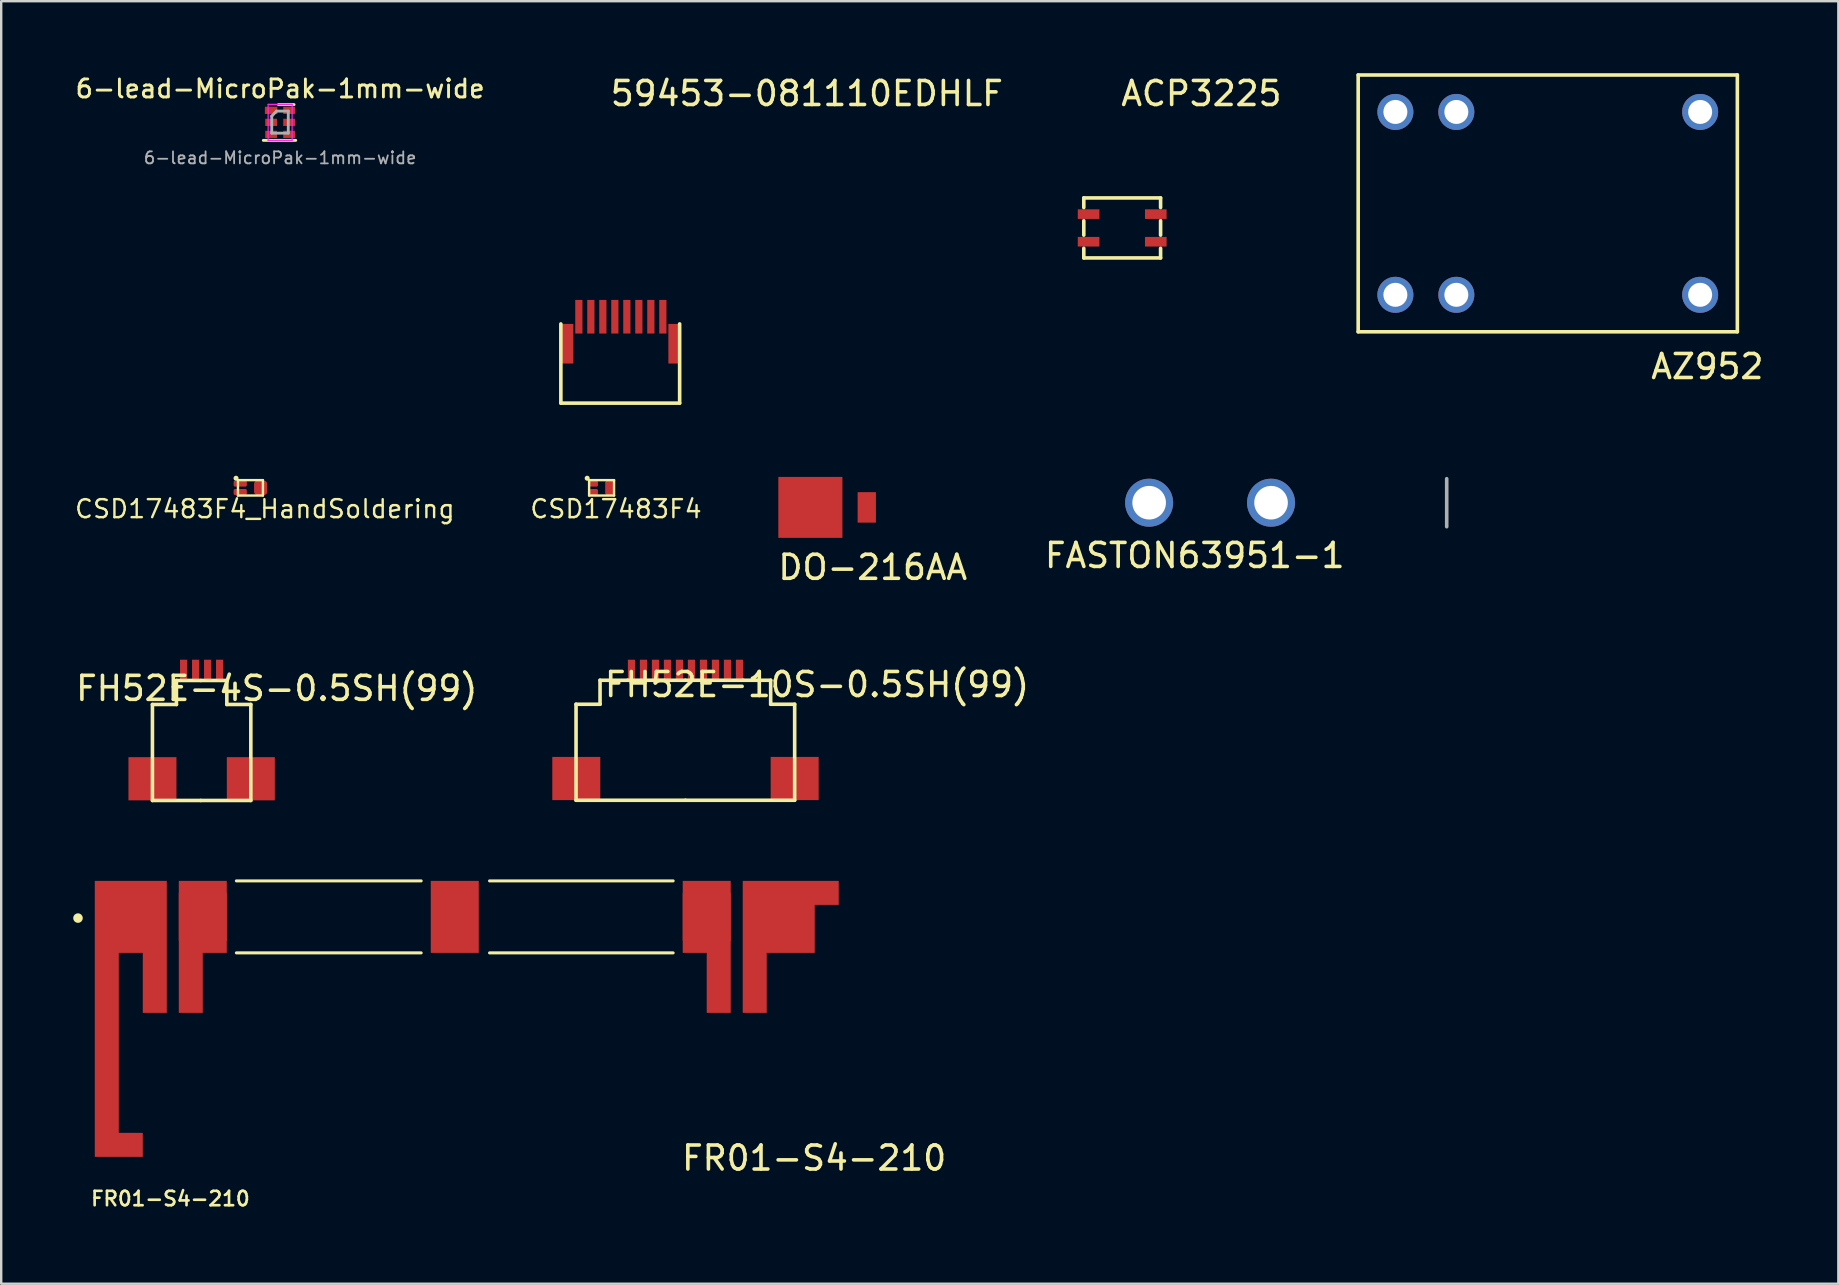
<source format=kicad_pcb>
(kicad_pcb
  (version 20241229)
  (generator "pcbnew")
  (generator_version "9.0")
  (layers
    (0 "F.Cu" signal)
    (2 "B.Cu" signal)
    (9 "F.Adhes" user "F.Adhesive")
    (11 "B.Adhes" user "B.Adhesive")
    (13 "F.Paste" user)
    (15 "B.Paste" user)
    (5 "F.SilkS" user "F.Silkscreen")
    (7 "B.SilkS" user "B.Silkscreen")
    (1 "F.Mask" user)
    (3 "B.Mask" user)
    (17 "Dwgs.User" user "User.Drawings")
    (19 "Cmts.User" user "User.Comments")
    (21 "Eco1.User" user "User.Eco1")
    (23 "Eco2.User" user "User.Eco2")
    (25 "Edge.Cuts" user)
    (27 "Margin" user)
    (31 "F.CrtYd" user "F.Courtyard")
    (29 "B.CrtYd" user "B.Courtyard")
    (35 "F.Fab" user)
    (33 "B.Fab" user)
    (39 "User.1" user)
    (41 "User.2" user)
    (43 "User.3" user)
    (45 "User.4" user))
  (footprint "AZ952"
    (layer "F.Cu")
    (at 61.446 5.425)
    (property "Reference" "AZ952" (at 6.65 6.8 0) (layer "F.SilkS") (effects (font (size 1 1) (thickness 0.15))))
    (attr through_hole)
    (fp_line (start -7.9 -5.35) (end 7.9 -5.35) (stroke (width 0.15) (type solid)) (layer "F.SilkS"))
    (fp_line (start -7.9 5.35) (end -7.9 -5.35) (stroke (width 0.15) (type solid)) (layer "F.SilkS"))
    (fp_line (start 7.9 -5.35) (end 7.9 5.35) (stroke (width 0.15) (type solid)) (layer "F.SilkS"))
    (fp_line (start 7.9 5.35) (end -7.9 5.35) (stroke (width 0.15) (type solid)) (layer "F.SilkS"))
    (pad "1" thru_hole circle (at -6.35 3.81) (size 1.5 1.5) (drill 1) (layers "*.Cu" "*.Mask"))
    (pad "2" thru_hole circle (at -3.81 3.81) (size 1.5 1.5) (drill 1) (layers "*.Cu" "*.Mask"))
    (pad "6" thru_hole circle (at 6.35 3.81) (size 1.5 1.5) (drill 1) (layers "*.Cu" "*.Mask"))
    (pad "7" thru_hole circle (at 6.35 -3.81) (size 1.5 1.5) (drill 1) (layers "*.Cu" "*.Mask"))
    (pad "11" thru_hole circle (at -3.81 -3.81) (size 1.5 1.5) (drill 1) (layers "*.Cu" "*.Mask"))
    (pad "12" thru_hole circle (at -6.35 -3.81) (size 1.5 1.5) (drill 1) (layers "*.Cu" "*.Mask")))
  (footprint "FH52E-10S-0.5SH(99)"
    (layer "F.Cu")
    (at 25.514 27.366)
    (property "Reference" "FH52E-10S-0.5SH(99)" (at 5.48 -1.89 0) (layer "F.SilkS") (effects (font (size 1 1) (thickness 0.15))))
    (attr through_hole)
    (fp_line (start -4.56 -1.07) (end -4.56 2.93) (stroke (width 0.15) (type solid)) (layer "F.SilkS"))
    (fp_line (start -4.56 2.93) (end -0.01 2.93) (stroke (width 0.15) (type solid)) (layer "F.SilkS"))
    (fp_line (start -3.56 -2.07) (end -3.56 -1.07) (stroke (width 0.15) (type solid)) (layer "F.SilkS"))
    (fp_line (start -3.56 -1.07) (end -4.56 -1.07) (stroke (width 0.15) (type solid)) (layer "F.SilkS"))
    (fp_line (start -2.41 -2.07) (end -3.56 -2.07) (stroke (width 0.15) (type solid)) (layer "F.SilkS"))
    (fp_line (start -2.41 -2.07) (end -0.01 -2.07) (stroke (width 0.15) (type solid)) (layer "F.SilkS"))
    (fp_line (start 2.4 -2.07) (end 0 -2.07) (stroke (width 0.15) (type solid)) (layer "F.SilkS"))
    (fp_line (start 2.4 -2.07) (end 3.55 -2.07) (stroke (width 0.15) (type solid)) (layer "F.SilkS"))
    (fp_line (start 3.55 -2.07) (end 3.55 -1.07) (stroke (width 0.15) (type solid)) (layer "F.SilkS"))
    (fp_line (start 3.55 -1.07) (end 4.55 -1.07) (stroke (width 0.15) (type solid)) (layer "F.SilkS"))
    (fp_line (start 4.55 -1.07) (end 4.55 2.93) (stroke (width 0.15) (type solid)) (layer "F.SilkS"))
    (fp_line (start 4.55 2.93) (end 0 2.93) (stroke (width 0.15) (type solid)) (layer "F.SilkS"))
    (pad "" smd rect (at -4.55 2.025) (size 2 1.8) (layers "F.Cu" "F.Mask" "F.Paste"))
    (pad "" smd rect (at 4.55 2.025) (size 2 1.8) (layers "F.Cu" "F.Mask" "F.Paste"))
    (pad "1" smd rect (at -2.25 -2.5) (size 0.3 0.85) (layers "F.Cu" "F.Mask" "F.Paste"))
    (pad "2" smd rect (at -1.75 -2.5) (size 0.3 0.85) (layers "F.Cu" "F.Mask" "F.Paste"))
    (pad "3" smd rect (at -1.25 -2.5) (size 0.3 0.85) (layers "F.Cu" "F.Mask" "F.Paste"))
    (pad "4" smd rect (at -0.75 -2.5) (size 0.3 0.85) (layers "F.Cu" "F.Mask" "F.Paste"))
    (pad "5" smd rect (at -0.25 -2.5) (size 0.3 0.85) (layers "F.Cu" "F.Mask" "F.Paste"))
    (pad "6" smd rect (at 0.25 -2.5) (size 0.3 0.85) (layers "F.Cu" "F.Mask" "F.Paste"))
    (pad "7" smd rect (at 0.75 -2.5) (size 0.3 0.85) (layers "F.Cu" "F.Mask" "F.Paste"))
    (pad "8" smd rect (at 1.25 -2.5) (size 0.3 0.85) (layers "F.Cu" "F.Mask" "F.Paste"))
    (pad "9" smd rect (at 1.75 -2.5) (size 0.3 0.85) (layers "F.Cu" "F.Mask" "F.Paste"))
    (pad "10" smd rect (at 2.25 -2.5) (size 0.3 0.85) (layers "F.Cu" "F.Mask" "F.Paste")))
  (footprint "FH52E-4S-0.5SH(99)"
    (layer "F.Cu")
    (at 5.352 27.366)
    (property "Reference" "FH52E-4S-0.5SH(99)" (at 3.13 -1.73 0) (layer "F.SilkS") (effects (font (size 1 1) (thickness 0.15))))
    (attr through_hole)
    (fp_line (start -2.05 -1.06) (end -2.05 2.94) (stroke (width 0.15) (type solid)) (layer "F.SilkS"))
    (fp_line (start -2.05 2.94) (end -0.04 2.94) (stroke (width 0.15) (type solid)) (layer "F.SilkS"))
    (fp_line (start -1.05 -2.06) (end -1.05 -1.06) (stroke (width 0.15) (type solid)) (layer "F.SilkS"))
    (fp_line (start -1.05 -2.06) (end -0.04 -2.06) (stroke (width 0.15) (type solid)) (layer "F.SilkS"))
    (fp_line (start -1.05 -1.06) (end -2.05 -1.06) (stroke (width 0.15) (type solid)) (layer "F.SilkS"))
    (fp_line (start 1.05 -2.06) (end -0.03 -2.06) (stroke (width 0.15) (type solid)) (layer "F.SilkS"))
    (fp_line (start 1.05 -2.06) (end 1.05 -1.06) (stroke (width 0.15) (type solid)) (layer "F.SilkS"))
    (fp_line (start 1.05 -1.06) (end 2.05 -1.06) (stroke (width 0.15) (type solid)) (layer "F.SilkS"))
    (fp_line (start 2.05 -1.06) (end 2.05 2.94) (stroke (width 0.15) (type solid)) (layer "F.SilkS"))
    (fp_line (start 2.05 2.94) (end -0.03 2.94) (stroke (width 0.15) (type solid)) (layer "F.SilkS"))
    (pad "" smd rect (at -2.05 2.035) (size 2 1.8) (layers "F.Cu" "F.Mask" "F.Paste"))
    (pad "" smd rect (at 2.05 2.035) (size 2 1.8) (layers "F.Cu" "F.Mask" "F.Paste"))
    (pad "1" smd rect (at -0.75 -2.5) (size 0.3 0.85) (layers "F.Cu" "F.Mask" "F.Paste"))
    (pad "2" smd rect (at -0.25 -2.5) (size 0.3 0.85) (layers "F.Cu" "F.Mask" "F.Paste"))
    (pad "3" smd rect (at 0.25 -2.5) (size 0.3 0.85) (layers "F.Cu" "F.Mask" "F.Paste"))
    (pad "4" smd rect (at 0.75 -2.5) (size 0.3 0.85) (layers "F.Cu" "F.Mask" "F.Paste")))
  (footprint "CSD17483F4_HandSoldering"
    (layer "F.Cu")
    (at 7.386 17.278)
    (property "Reference" "CSD17483F4_HandSoldering" (at 0.6 0.88 0) (layer "F.SilkS") (effects (font (size 0.75 0.75) (thickness 0.1))))
    (attr through_hole)
    (fp_line (start -0.52 -0.32) (end -0.52 0.32) (stroke (width 0.1) (type solid)) (layer "F.SilkS"))
    (fp_line (start 0.52 -0.32) (end -0.52 -0.32) (stroke (width 0.1) (type solid)) (layer "F.SilkS"))
    (fp_line (start 0.52 -0.32) (end 0.52 0.32) (stroke (width 0.1) (type solid)) (layer "F.SilkS"))
    (fp_line (start 0.52 0.32) (end -0.52 0.32) (stroke (width 0.1) (type solid)) (layer "F.SilkS"))
    (fp_circle (center -0.6 -0.4) (end -0.595 -0.4) (stroke (width 0.1) (type solid)) (fill no) (layer "F.SilkS"))
    (pad "1" smd roundrect (at -0.425 -0.175) (size 0.55 0.25) (layers "F.Cu" "F.Mask") (roundrect_rratio 0.25))
    (pad "1" smd roundrect (at -0.325 -0.175) (size 0.25 0.15) (layers "F.Cu" "F.Paste") (roundrect_rratio 0.25))
    (pad "2" smd roundrect (at -0.425 0.175) (size 0.55 0.25) (layers "F.Cu" "F.Mask") (roundrect_rratio 0.25))
    (pad "2" smd roundrect (at -0.325 0.175) (size 0.25 0.15) (layers "F.Cu" "F.Paste") (roundrect_rratio 0.25))
    (pad "3" smd roundrect (at 0.325 0) (size 0.25 0.5) (layers "F.Cu" "F.Paste") (roundrect_rratio 0.25))
    (pad "3" smd roundrect (at 0.425 0) (size 0.55 0.6) (layers "F.Cu" "F.Mask") (roundrect_rratio 0.25)))
  (footprint "ACP3225"
    (layer "F.Cu")
    (at 43.712 6.448)
    (property "Reference" "ACP3225" (at 3.3 -5.6 0) (layer "F.SilkS") (effects (font (size 1 1) (thickness 0.15))))
    (attr through_hole)
    (fp_line (start -1.6 -1.25) (end -1.6 -0.85) (stroke (width 0.15) (type solid)) (layer "F.SilkS"))
    (fp_line (start -1.6 -0.3) (end -1.6 0.3) (stroke (width 0.15) (type solid)) (layer "F.SilkS"))
    (fp_line (start -1.6 1.25) (end -1.6 0.85) (stroke (width 0.15) (type solid)) (layer "F.SilkS"))
    (fp_line (start 1.6 -1.25) (end -1.6 -1.25) (stroke (width 0.15) (type solid)) (layer "F.SilkS"))
    (fp_line (start 1.6 -1.25) (end 1.6 -0.85) (stroke (width 0.15) (type solid)) (layer "F.SilkS"))
    (fp_line (start 1.6 -0.3) (end 1.6 0.3) (stroke (width 0.15) (type solid)) (layer "F.SilkS"))
    (fp_line (start 1.6 0.85) (end 1.6 1.25) (stroke (width 0.15) (type solid)) (layer "F.SilkS"))
    (fp_line (start 1.6 1.25) (end -1.6 1.25) (stroke (width 0.15) (type solid)) (layer "F.SilkS"))
    (pad "1" smd rect (at -1.4 -0.575) (size 0.9 0.4) (layers "F.Cu" "F.Mask" "F.Paste"))
    (pad "2" smd rect (at -1.4 0.575) (size 0.9 0.4) (layers "F.Cu" "F.Mask" "F.Paste"))
    (pad "3" smd rect (at 1.4 0.575) (size 0.9 0.4) (layers "F.Cu" "F.Mask" "F.Paste"))
    (pad "4" smd rect (at 1.4 -0.575) (size 0.9 0.4) (layers "F.Cu" "F.Mask" "F.Paste")))
  (footprint "FASTON63951-1"
    (layer "F.Cu")
    (at 44.835 17.898)
    (property "Reference" "FASTON63951-1" (at 1.9 2.2 0) (layer "F.SilkS") (effects (font (size 1 1) (thickness 0.15))))
    (attr through_hole)
    (fp_line (start 12.4 -1) (end 12.4 1) (stroke (width 0.15) (type solid)) (layer "F.Fab"))
    (pad "1" thru_hole circle (at 0 0) (size 2 2) (drill 1.4) (layers "*.Cu" "*.Mask"))
    (pad "1" thru_hole circle (at 5.08 0) (size 2 2) (drill 1.4) (layers "*.Cu" "*.Mask")))
  (footprint "CSD17483F4"
    (layer "F.Cu")
    (at 22.018 17.278)
    (property "Reference" "CSD17483F4" (at 0.6 0.88 0) (layer "F.SilkS") (effects (font (size 0.75 0.75) (thickness 0.1))))
    (attr through_hole)
    (fp_line (start -0.52 -0.32) (end -0.52 0.32) (stroke (width 0.1) (type solid)) (layer "F.SilkS"))
    (fp_line (start 0.52 -0.32) (end -0.52 -0.32) (stroke (width 0.1) (type solid)) (layer "F.SilkS"))
    (fp_line (start 0.52 -0.32) (end 0.52 0.32) (stroke (width 0.1) (type solid)) (layer "F.SilkS"))
    (fp_line (start 0.52 0.32) (end -0.52 0.32) (stroke (width 0.1) (type solid)) (layer "F.SilkS"))
    (fp_circle (center -0.6 -0.4) (end -0.595 -0.4) (stroke (width 0.1) (type solid)) (fill no) (layer "F.SilkS"))
    (pad "1" smd roundrect (at -0.325 -0.175) (size 0.25 0.15) (layers "F.Cu" "F.Paste") (roundrect_rratio 0.25))
    (pad "1" smd roundrect (at -0.325 -0.175) (size 0.35 0.25) (layers "F.Cu" "F.Mask") (roundrect_rratio 0.25))
    (pad "2" smd roundrect (at -0.325 0.175) (size 0.25 0.15) (layers "F.Cu" "F.Paste") (roundrect_rratio 0.25))
    (pad "2" smd roundrect (at -0.325 0.175) (size 0.35 0.25) (layers "F.Cu" "F.Mask") (roundrect_rratio 0.25))
    (pad "3" smd roundrect (at 0.325 0) (size 0.25 0.5) (layers "F.Cu" "F.Paste") (roundrect_rratio 0.25))
    (pad "3" smd roundrect (at 0.325 0) (size 0.35 0.6) (layers "F.Cu" "F.Mask") (roundrect_rratio 0.25)))
  (footprint "DO-216AA"
    (layer "F.Cu")
    (at 30.718 18.093)
    (property "Reference" "DO-216AA" (at 2.6 2.5 0) (layer "F.SilkS") (effects (font (size 1 1) (thickness 0.15))))
    (attr through_hole)
    (pad "1" smd rect (at 0 0) (size 2.67 2.54) (layers "F.Cu" "F.Mask" "F.Paste"))
    (pad "2" smd rect (at 2.351 0) (size 0.762 1.27) (layers "F.Cu" "F.Mask" "F.Paste")))
  (footprint "59453-081110EDHLF"
    (layer "F.Cu")
    (at 22.821 9.848)
    (property "Reference" "59453-081110EDHLF" (at 7.75 -9 0) (layer "F.SilkS") (effects (font (size 1 1) (thickness 0.15))))
    (attr through_hole)
    (fp_line (start -2.5 3.9) (end -2.5 0.6) (stroke (width 0.15) (type solid)) (layer "F.SilkS"))
    (fp_line (start 2.45 3.9) (end -2.5 3.9) (stroke (width 0.15) (type solid)) (layer "F.SilkS"))
    (fp_line (start 2.45 3.9) (end 2.45 0.6) (stroke (width 0.15) (type solid)) (layer "F.SilkS"))
    (pad "" connect rect (at -2.24 1.425) (size 0.52 1.65) (layers "F.Cu" "F.Mask"))
    (pad "" connect rect (at 2.24 1.425) (size 0.52 1.65) (layers "F.Cu" "F.Mask"))
    (pad "1" smd rect (at -1.75 0.3) (size 0.3 1.4) (layers "F.Cu" "F.Mask" "F.Paste"))
    (pad "2" smd rect (at -1.25 0.3) (size 0.3 1.4) (layers "F.Cu" "F.Mask" "F.Paste"))
    (pad "3" smd rect (at -0.75 0.3) (size 0.3 1.4) (layers "F.Cu" "F.Mask" "F.Paste"))
    (pad "4" smd rect (at -0.25 0.3) (size 0.3 1.4) (layers "F.Cu" "F.Mask" "F.Paste"))
    (pad "5" smd rect (at 0.25 0.3) (size 0.3 1.4) (layers "F.Cu" "F.Mask" "F.Paste"))
    (pad "6" smd rect (at 0.75 0.3) (size 0.3 1.4) (layers "F.Cu" "F.Mask" "F.Paste"))
    (pad "7" smd rect (at 1.25 0.3) (size 0.3 1.4) (layers "F.Cu" "F.Mask" "F.Paste"))
    (pad "8" smd rect (at 1.75 0.3) (size 0.3 1.4) (layers "F.Cu" "F.Mask" "F.Paste")))
  (footprint "6-lead-MicroPak-1mm-wide"
    (layer "F.Cu")
    (at 8.623 2.049)
    (property "Reference" "6-lead-MicroPak-1mm-wide" (at 0 -1.4 0) (layer "F.SilkS") (effects (font (size 0.75 0.75) (thickness 0.12))))
    (attr smd)
    (fp_line (start -0.7 0.75) (end 0.65 0.75) (stroke (width 0.12) (type solid)) (layer "F.SilkS"))
    (fp_line (start -0.07 -0.74) (end 0.58 -0.74) (stroke (width 0.12) (type solid)) (layer "F.SilkS"))
    (fp_line (start -0.5 -0.75) (end -0.5 0.75) (stroke (width 0.05) (type solid)) (layer "F.CrtYd"))
    (fp_line (start -0.5 -0.75) (end 0.5 -0.75) (stroke (width 0.05) (type solid)) (layer "F.CrtYd"))
    (fp_line (start 0.5 0.75) (end -0.5 0.75) (stroke (width 0.05) (type solid)) (layer "F.CrtYd"))
    (fp_line (start 0.5 0.75) (end 0.5 -0.75) (stroke (width 0.05) (type solid)) (layer "F.CrtYd"))
    (fp_line (start -0.35 -0.26) (end -0.35 0.45) (stroke (width 0.12) (type solid)) (layer "F.Fab"))
    (fp_line (start -0.35 0.45) (end 0.34 0.45) (stroke (width 0.12) (type solid)) (layer "F.Fab"))
    (fp_line (start -0.15 -0.47) (end -0.35 -0.26) (stroke (width 0.12) (type solid)) (layer "F.Fab"))
    (fp_line (start 0.34 -0.47) (end -0.15 -0.47) (stroke (width 0.12) (type solid)) (layer "F.Fab"))
    (fp_line (start 0.34 0.45) (end 0.34 -0.47) (stroke (width 0.12) (type solid)) (layer "F.Fab"))
    (fp_text user "${REFERENCE}" (at 0 1.48 0) (layer "F.Fab") (effects (font (size 0.5 0.5) (thickness 0.075))))
    (pad "1" smd rect (at -0.375 -0.5) (size 0.52 0.3) (layers "F.Cu" "F.Mask" "F.Paste"))
    (pad "2" smd rect (at -0.375 0) (size 0.49 0.3) (layers "F.Cu" "F.Mask" "F.Paste"))
    (pad "3" smd rect (at -0.375 0.5) (size 0.49 0.3) (layers "F.Cu" "F.Mask" "F.Paste"))
    (pad "4" smd rect (at 0.375 0.5) (size 0.49 0.3) (layers "F.Cu" "F.Mask" "F.Paste"))
    (pad "5" smd rect (at 0.375 0) (size 0.49 0.3) (layers "F.Cu" "F.Mask" "F.Paste"))
    (pad "6" smd rect (at 0.375 -0.5) (size 0.49 0.3) (layers "F.Cu" "F.Mask" "F.Paste")))
  (footprint "FR01-S4-210"
    (layer "F.Cu")
    (at 16.75 39.282)
    (property "Reference" "FR01-S4-210" (at 14.125 5.925 0) (layer "F.SilkS") (effects (font (size 1 1) (thickness 0.15))))
    (attr through_hole)
    (fp_poly (pts (xy -12.35 -0.125) (xy -12.35 -5.625) (xy -10.35 -5.625) (xy -10.35 -2.625) (xy -11.35 -2.625) (xy -11.35 -0.125)) (stroke (width 0.001) (type solid)) (fill yes) (layer "F.Cu"))
    (fp_poly (pts (xy 8.65 -2.625) (xy 8.65 -5.625) (xy 10.65 -5.625) (xy 10.65 -0.125) (xy 9.65 -0.125) (xy 9.65 -2.625)) (stroke (width 0.001) (type solid)) (fill yes) (layer "F.Cu"))
    (fp_poly (pts (xy 11.15 -0.125) (xy 11.15 -5.625) (xy 15.15 -5.625) (xy 15.15 -4.625) (xy 14.15 -4.625) (xy 14.15 -2.625) (xy 12.15 -2.625) (xy 12.15 -0.125)) (stroke (width 0.001) (type solid)) (fill yes) (layer "F.Cu"))
    (fp_poly (pts (xy -15.85 -5.625) (xy -12.85 -5.625) (xy -12.85 -0.125) (xy -13.85 -0.125) (xy -13.85 -2.625) (xy -14.85 -2.625) (xy -14.85 4.875) (xy -13.85 4.875) (xy -13.85 5.875) (xy -15.85 5.875)) (stroke (width 0.001) (type solid)) (fill yes) (layer "F.Cu"))
    (fp_poly (pts (xy -13.75 4.775) (xy -15.95 4.775) (xy -15.95 5.975) (xy -13.75 5.975)) (stroke (width 0.001) (type solid)) (fill yes) (layer "F.Mask"))
    (fp_poly (pts (xy -13.95 -2.525) (xy -13.95 -0.025) (xy -12.75 -0.025) (xy -12.75 -5.725) (xy -15.95 -5.725) (xy -15.95 -2.525)) (stroke (width 0.001) (type solid)) (fill yes) (layer "F.Mask"))
    (fp_poly (pts (xy -12.45 -0.025) (xy -12.45 -5.725) (xy -10.25 -5.725) (xy -10.25 -2.525) (xy -11.25 -2.525) (xy -11.25 -0.025)) (stroke (width 0.001) (type solid)) (fill yes) (layer "F.Mask"))
    (fp_poly (pts (xy 9.55 -0.025) (xy 9.55 -2.525) (xy 8.55 -2.525) (xy 8.55 -5.725) (xy 10.75 -5.725) (xy 10.75 -0.025)) (stroke (width 0.001) (type solid)) (fill yes) (layer "F.Mask"))
    (fp_poly (pts (xy 11.05 -0.025) (xy 11.05 -5.725) (xy 15.25 -5.725) (xy 15.25 -4.525) (xy 14.25 -4.525) (xy 14.25 -2.525) (xy 12.25 -2.525) (xy 12.25 -0.025)) (stroke (width 0.001) (type solid)) (fill yes) (layer "F.Mask"))
    (fp_line (start -9.95 -5.625) (end -2.25 -5.625) (stroke (width 0.127) (type solid)) (layer "F.SilkS"))
    (fp_line (start -9.95 -2.625) (end -2.25 -2.625) (stroke (width 0.127) (type solid)) (layer "F.SilkS"))
    (fp_line (start 0.6 -5.625) (end 8.25 -5.625) (stroke (width 0.127) (type solid)) (layer "F.SilkS"))
    (fp_line (start 0.6 -2.625) (end 8.25 -2.625) (stroke (width 0.127) (type solid)) (layer "F.SilkS"))
    (fp_circle (center -16.55 -4.075) (end -16.45 -4.075) (stroke (width 0.2) (type solid)) (fill no) (layer "F.SilkS"))
    (fp_poly (pts (xy -13.85 4.875) (xy -15.85 4.875) (xy -15.85 5.875) (xy -13.85 5.875)) (stroke (width 0.001) (type solid)) (fill yes) (layer "F.Paste"))
    (fp_poly (pts (xy -13.85 -2.625) (xy -13.85 -0.125) (xy -12.85 -0.125) (xy -12.85 -5.625) (xy -15.85 -5.625) (xy -15.85 -2.625)) (stroke (width 0.001) (type solid)) (fill yes) (layer "F.Paste"))
    (fp_poly (pts (xy -12.35 -0.125) (xy -12.35 -5.625) (xy -10.35 -5.625) (xy -10.35 -2.625) (xy -11.35 -2.625) (xy -11.35 -0.125)) (stroke (width 0.001) (type solid)) (fill yes) (layer "F.Paste"))
    (fp_poly (pts (xy 9.65 -0.125) (xy 9.65 -2.625) (xy 8.65 -2.625) (xy 8.65 -5.625) (xy 10.65 -5.625) (xy 10.65 -0.125)) (stroke (width 0.001) (type solid)) (fill yes) (layer "F.Paste"))
    (fp_poly (pts (xy 11.15 -0.125) (xy 11.15 -5.625) (xy 15.15 -5.625) (xy 15.15 -4.625) (xy 14.15 -4.625) (xy 14.15 -2.625) (xy 12.15 -2.625) (xy 12.15 -0.125)) (stroke (width 0.001) (type solid)) (fill yes) (layer "F.Paste"))
    (fp_line (start -16.1 -5.875) (end 15.5 -5.875) (stroke (width 0.05) (type solid)) (layer "Eco1.User"))
    (fp_line (start -16.1 6.625) (end -16.1 -5.875) (stroke (width 0.05) (type solid)) (layer "Eco1.User"))
    (fp_line (start 15.5 -5.875) (end 15.5 6.625) (stroke (width 0.05) (type solid)) (layer "Eco1.User"))
    (fp_line (start 15.5 6.625) (end -16.1 6.625) (stroke (width 0.05) (type solid)) (layer "Eco1.User"))
    (fp_line (start -15.85 -5.625) (end 14.15 -5.625) (stroke (width 0.127) (type solid)) (layer "Eco2.User"))
    (fp_line (start -15.85 -2.625) (end -15.85 -5.625) (stroke (width 0.127) (type solid)) (layer "Eco2.User"))
    (fp_line (start 14.15 -5.625) (end 14.15 -2.625) (stroke (width 0.127) (type solid)) (layer "Eco2.User"))
    (fp_line (start 14.15 -2.625) (end -15.85 -2.625) (stroke (width 0.127) (type solid)) (layer "Eco2.User"))
    (fp_circle (center -16.55 -4.075) (end -16.45 -4.075) (stroke (width 0.2) (type solid)) (fill no) (layer "Eco2.User"))
    (fp_text user "FR01-S4-210" (at -12.699 7.618 0) (layer "F.SilkS") (effects (font (size 0.6 0.6) (thickness 0.11))))
    (pad "NC" smd rect (at -0.85 -4.125) (size 2 3) (layers "F.Cu" "F.Mask" "F.Paste"))
    (pad "P1_1" smd rect (at -14.35 -4.125) (size 2 2) (layers "F.Cu" "F.Mask" "F.Paste"))
    (pad "P1_2" smd rect (at -11.35 -4.125) (size 2 2) (layers "F.Cu" "F.Mask" "F.Paste"))
    (pad "P2_1" smd rect (at 9.65 -4.125) (size 2 2) (layers "F.Cu" "F.Mask" "F.Paste"))
    (pad "P2_2" smd rect (at 12.65 -4.125) (size 2 2) (layers "F.Cu" "F.Mask" "F.Paste")))
  (gr_rect
    (start -3 -3)
    (end 73.554 50.444)
    (stroke (width 0.1) (type default))
    (fill no)
    (layer "Edge.Cuts")))
</source>
